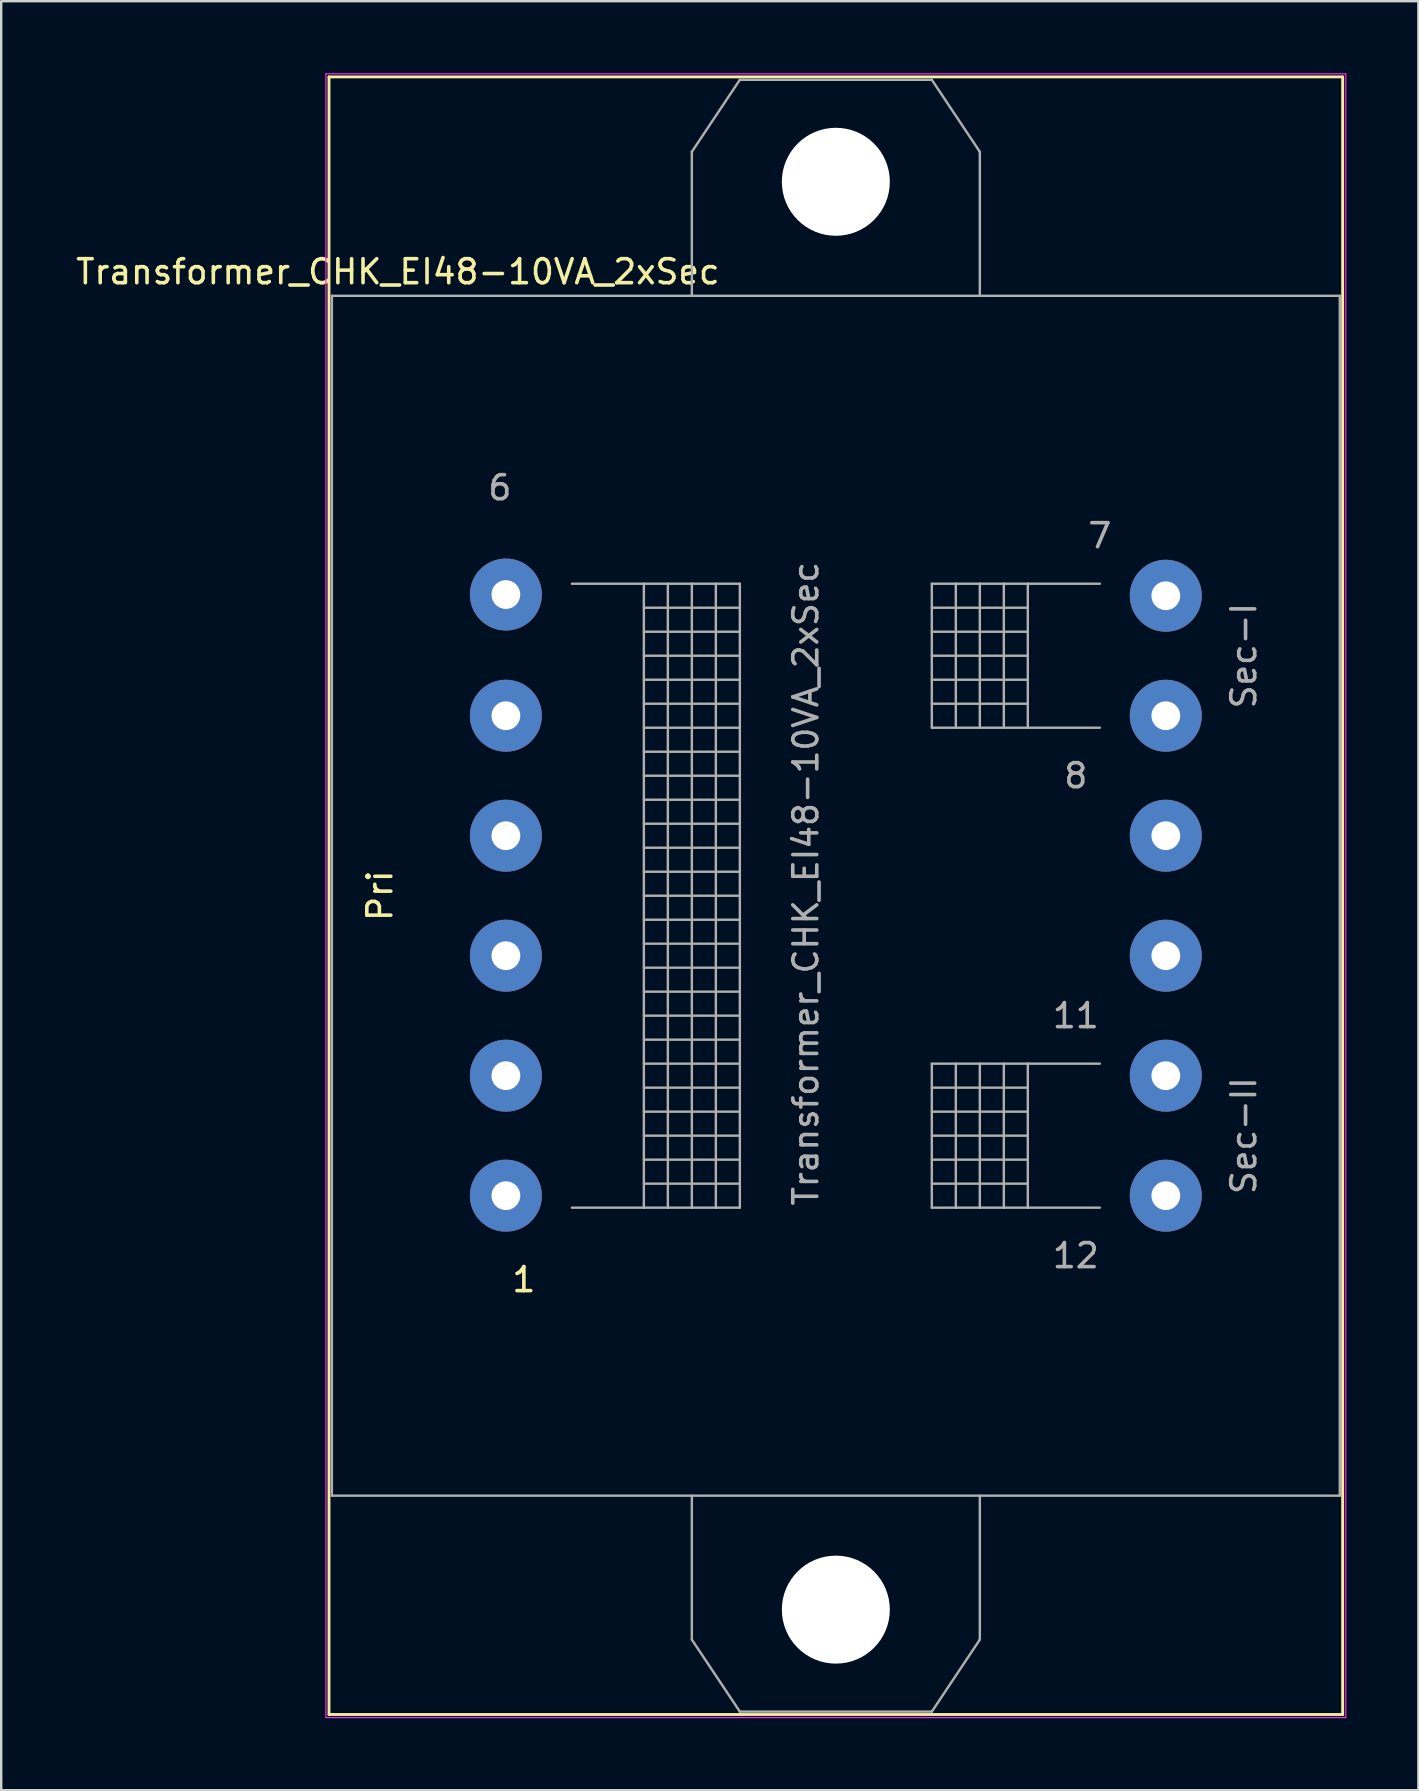
<source format=kicad_pcb>
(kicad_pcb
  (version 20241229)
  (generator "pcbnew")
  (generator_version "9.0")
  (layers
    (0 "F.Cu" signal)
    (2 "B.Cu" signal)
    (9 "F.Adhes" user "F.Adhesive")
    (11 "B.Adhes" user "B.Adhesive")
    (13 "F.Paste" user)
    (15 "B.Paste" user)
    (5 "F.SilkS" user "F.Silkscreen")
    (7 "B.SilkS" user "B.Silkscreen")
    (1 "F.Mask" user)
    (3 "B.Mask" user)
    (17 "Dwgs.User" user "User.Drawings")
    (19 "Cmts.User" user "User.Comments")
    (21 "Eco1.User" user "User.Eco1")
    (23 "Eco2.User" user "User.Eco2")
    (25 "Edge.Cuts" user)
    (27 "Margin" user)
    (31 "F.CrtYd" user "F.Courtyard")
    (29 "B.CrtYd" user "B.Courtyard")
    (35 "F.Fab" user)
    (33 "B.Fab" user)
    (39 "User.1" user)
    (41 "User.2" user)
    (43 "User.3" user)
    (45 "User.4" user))
  (footprint "Transformer_CHK_EI48-10VA_2xSec"
    (layer "F.Cu")
    (at 18.03 46.775)
    (property "Reference" "Transformer_CHK_EI48-10VA_2xSec" (at -4.5 -38.5 0) (layer "F.SilkS") (effects (font (size 1 1) (thickness 0.15))))
    (attr through_hole)
    (fp_line (start -7.37 -46.62) (end -7.37 21.62) (stroke (width 0.12) (type solid)) (layer "F.SilkS"))
    (fp_line (start -7.37 -46.62) (end 34.87 -46.62) (stroke (width 0.12) (type solid)) (layer "F.SilkS"))
    (fp_line (start 34.87 21.62) (end -7.37 21.62) (stroke (width 0.12) (type solid)) (layer "F.SilkS"))
    (fp_line (start 34.87 21.62) (end 34.87 -46.62) (stroke (width 0.12) (type solid)) (layer "F.SilkS"))
    (fp_line (start -7.5 -46.75) (end -7.5 21.75) (stroke (width 0.05) (type solid)) (layer "F.CrtYd"))
    (fp_line (start -7.5 -46.75) (end 35 -46.75) (stroke (width 0.05) (type solid)) (layer "F.CrtYd"))
    (fp_line (start 35 21.75) (end -7.5 21.75) (stroke (width 0.05) (type solid)) (layer "F.CrtYd"))
    (fp_line (start 35 21.75) (end 35 -46.75) (stroke (width 0.05) (type solid)) (layer "F.CrtYd"))
    (fp_line (start -7.25 -37.5) (end -7.25 12.5) (stroke (width 0.1) (type solid)) (layer "F.Fab"))
    (fp_line (start -7.25 12.5) (end 34.75 12.5) (stroke (width 0.1) (type solid)) (layer "F.Fab"))
    (fp_line (start 2.75 -25.5) (end 5.75 -25.5) (stroke (width 0.1) (type solid)) (layer "F.Fab"))
    (fp_line (start 5.75 -25.5) (end 5.75 0.5) (stroke (width 0.1) (type solid)) (layer "F.Fab"))
    (fp_line (start 5.75 -25.5) (end 6.75 -25.5) (stroke (width 0.1) (type solid)) (layer "F.Fab"))
    (fp_line (start 5.75 -24.5) (end 9.75 -24.5) (stroke (width 0.1) (type solid)) (layer "F.Fab"))
    (fp_line (start 5.75 -23.5) (end 9.75 -23.5) (stroke (width 0.1) (type solid)) (layer "F.Fab"))
    (fp_line (start 5.75 -22.5) (end 9.75 -22.5) (stroke (width 0.1) (type solid)) (layer "F.Fab"))
    (fp_line (start 5.75 -21.5) (end 9.75 -21.5) (stroke (width 0.1) (type solid)) (layer "F.Fab"))
    (fp_line (start 5.75 -20.5) (end 9.75 -20.5) (stroke (width 0.1) (type solid)) (layer "F.Fab"))
    (fp_line (start 5.75 -19.5) (end 9.75 -19.5) (stroke (width 0.1) (type solid)) (layer "F.Fab"))
    (fp_line (start 5.75 -18.5) (end 9.75 -18.5) (stroke (width 0.1) (type solid)) (layer "F.Fab"))
    (fp_line (start 5.75 -17.5) (end 9.75 -17.5) (stroke (width 0.1) (type solid)) (layer "F.Fab"))
    (fp_line (start 5.75 -16.5) (end 9.75 -16.5) (stroke (width 0.1) (type solid)) (layer "F.Fab"))
    (fp_line (start 5.75 -15.5) (end 9.75 -15.5) (stroke (width 0.1) (type solid)) (layer "F.Fab"))
    (fp_line (start 5.75 -14.5) (end 9.75 -14.5) (stroke (width 0.1) (type solid)) (layer "F.Fab"))
    (fp_line (start 5.75 -13.5) (end 9.75 -13.5) (stroke (width 0.1) (type solid)) (layer "F.Fab"))
    (fp_line (start 5.75 -12.5) (end 9.75 -12.5) (stroke (width 0.1) (type solid)) (layer "F.Fab"))
    (fp_line (start 5.75 -11.5) (end 9.75 -11.5) (stroke (width 0.1) (type solid)) (layer "F.Fab"))
    (fp_line (start 5.75 -10.5) (end 9.75 -10.5) (stroke (width 0.1) (type solid)) (layer "F.Fab"))
    (fp_line (start 5.75 -9.5) (end 9.75 -9.5) (stroke (width 0.1) (type solid)) (layer "F.Fab"))
    (fp_line (start 5.75 -8.5) (end 9.75 -8.5) (stroke (width 0.1) (type solid)) (layer "F.Fab"))
    (fp_line (start 5.75 -7.5) (end 9.75 -7.5) (stroke (width 0.1) (type solid)) (layer "F.Fab"))
    (fp_line (start 5.75 -6.5) (end 9.75 -6.5) (stroke (width 0.1) (type solid)) (layer "F.Fab"))
    (fp_line (start 5.75 -5.5) (end 9.75 -5.5) (stroke (width 0.1) (type solid)) (layer "F.Fab"))
    (fp_line (start 5.75 -4.5) (end 9.75 -4.5) (stroke (width 0.1) (type solid)) (layer "F.Fab"))
    (fp_line (start 5.75 -3.5) (end 9.75 -3.5) (stroke (width 0.1) (type solid)) (layer "F.Fab"))
    (fp_line (start 5.75 -2.5) (end 9.75 -2.5) (stroke (width 0.1) (type solid)) (layer "F.Fab"))
    (fp_line (start 5.75 -0.5) (end 9.75 -0.5) (stroke (width 0.1) (type solid)) (layer "F.Fab"))
    (fp_line (start 5.75 0.5) (end 2.75 0.5) (stroke (width 0.1) (type solid)) (layer "F.Fab"))
    (fp_line (start 6.75 -25.5) (end 6.75 0.5) (stroke (width 0.1) (type solid)) (layer "F.Fab"))
    (fp_line (start 6.75 -25.5) (end 7.75 -25.5) (stroke (width 0.1) (type solid)) (layer "F.Fab"))
    (fp_line (start 6.75 -1.5) (end 5.75 -1.5) (stroke (width 0.1) (type solid)) (layer "F.Fab"))
    (fp_line (start 6.75 -1.5) (end 9.75 -1.5) (stroke (width 0.1) (type solid)) (layer "F.Fab"))
    (fp_line (start 6.75 0.5) (end 5.75 0.5) (stroke (width 0.1) (type solid)) (layer "F.Fab"))
    (fp_line (start 7.75 -43.5) (end 7.75 -37.5) (stroke (width 0.1) (type solid)) (layer "F.Fab"))
    (fp_line (start 7.75 -25.5) (end 7.75 0.5) (stroke (width 0.1) (type solid)) (layer "F.Fab"))
    (fp_line (start 7.75 -25.5) (end 8.75 -25.5) (stroke (width 0.1) (type solid)) (layer "F.Fab"))
    (fp_line (start 7.75 0.5) (end 6.75 0.5) (stroke (width 0.1) (type solid)) (layer "F.Fab"))
    (fp_line (start 7.75 18.5) (end 7.75 12.5) (stroke (width 0.1) (type solid)) (layer "F.Fab"))
    (fp_line (start 8.75 -25.5) (end 8.75 0.5) (stroke (width 0.1) (type solid)) (layer "F.Fab"))
    (fp_line (start 8.75 -25.5) (end 9.75 -25.5) (stroke (width 0.1) (type solid)) (layer "F.Fab"))
    (fp_line (start 8.75 0.5) (end 7.75 0.5) (stroke (width 0.1) (type solid)) (layer "F.Fab"))
    (fp_line (start 9.75 -46.5) (end 7.75 -43.5) (stroke (width 0.1) (type solid)) (layer "F.Fab"))
    (fp_line (start 9.75 -25.5) (end 9.75 0.5) (stroke (width 0.1) (type solid)) (layer "F.Fab"))
    (fp_line (start 9.75 0.5) (end 8.75 0.5) (stroke (width 0.1) (type solid)) (layer "F.Fab"))
    (fp_line (start 9.75 21.5) (end 7.75 18.5) (stroke (width 0.1) (type solid)) (layer "F.Fab"))
    (fp_line (start 17.75 -46.5) (end 9.75 -46.5) (stroke (width 0.1) (type solid)) (layer "F.Fab"))
    (fp_line (start 17.75 -25.5) (end 17.75 -19.5) (stroke (width 0.1) (type solid)) (layer "F.Fab"))
    (fp_line (start 17.75 -24.5) (end 21.75 -24.5) (stroke (width 0.1) (type solid)) (layer "F.Fab"))
    (fp_line (start 17.75 -23.5) (end 21.75 -23.5) (stroke (width 0.1) (type solid)) (layer "F.Fab"))
    (fp_line (start 17.75 -22.5) (end 21.75 -22.5) (stroke (width 0.1) (type solid)) (layer "F.Fab"))
    (fp_line (start 17.75 -21.5) (end 21.75 -21.5) (stroke (width 0.1) (type solid)) (layer "F.Fab"))
    (fp_line (start 17.75 -20.5) (end 21.75 -20.5) (stroke (width 0.1) (type solid)) (layer "F.Fab"))
    (fp_line (start 17.75 -19.5) (end 18.75 -19.5) (stroke (width 0.1) (type solid)) (layer "F.Fab"))
    (fp_line (start 17.75 -5.5) (end 17.75 0.5) (stroke (width 0.1) (type solid)) (layer "F.Fab"))
    (fp_line (start 17.75 -4.5) (end 21.75 -4.5) (stroke (width 0.1) (type solid)) (layer "F.Fab"))
    (fp_line (start 17.75 -3.5) (end 21.75 -3.5) (stroke (width 0.1) (type solid)) (layer "F.Fab"))
    (fp_line (start 17.75 -2.5) (end 21.75 -2.5) (stroke (width 0.1) (type solid)) (layer "F.Fab"))
    (fp_line (start 17.75 -1.5) (end 21.75 -1.5) (stroke (width 0.1) (type solid)) (layer "F.Fab"))
    (fp_line (start 17.75 -0.5) (end 21.75 -0.5) (stroke (width 0.1) (type solid)) (layer "F.Fab"))
    (fp_line (start 17.75 0.5) (end 18.75 0.5) (stroke (width 0.1) (type solid)) (layer "F.Fab"))
    (fp_line (start 17.75 21.5) (end 9.75 21.5) (stroke (width 0.1) (type solid)) (layer "F.Fab"))
    (fp_line (start 18.75 -25.5) (end 17.75 -25.5) (stroke (width 0.1) (type solid)) (layer "F.Fab"))
    (fp_line (start 18.75 -25.5) (end 18.75 -19.5) (stroke (width 0.1) (type solid)) (layer "F.Fab"))
    (fp_line (start 18.75 -19.5) (end 19.75 -19.5) (stroke (width 0.1) (type solid)) (layer "F.Fab"))
    (fp_line (start 18.75 -5.5) (end 17.75 -5.5) (stroke (width 0.1) (type solid)) (layer "F.Fab"))
    (fp_line (start 18.75 -5.5) (end 18.75 0.5) (stroke (width 0.1) (type solid)) (layer "F.Fab"))
    (fp_line (start 18.75 0.5) (end 19.75 0.5) (stroke (width 0.1) (type solid)) (layer "F.Fab"))
    (fp_line (start 19.75 -43.5) (end 17.75 -46.5) (stroke (width 0.1) (type solid)) (layer "F.Fab"))
    (fp_line (start 19.75 -37.5) (end 19.75 -43.5) (stroke (width 0.1) (type solid)) (layer "F.Fab"))
    (fp_line (start 19.75 -25.5) (end 18.75 -25.5) (stroke (width 0.1) (type solid)) (layer "F.Fab"))
    (fp_line (start 19.75 -25.5) (end 19.75 -19.5) (stroke (width 0.1) (type solid)) (layer "F.Fab"))
    (fp_line (start 19.75 -19.5) (end 20.75 -19.5) (stroke (width 0.1) (type solid)) (layer "F.Fab"))
    (fp_line (start 19.75 -5.5) (end 18.75 -5.5) (stroke (width 0.1) (type solid)) (layer "F.Fab"))
    (fp_line (start 19.75 -5.5) (end 19.75 0.5) (stroke (width 0.1) (type solid)) (layer "F.Fab"))
    (fp_line (start 19.75 0.5) (end 20.75 0.5) (stroke (width 0.1) (type solid)) (layer "F.Fab"))
    (fp_line (start 19.75 12.5) (end 19.75 18.5) (stroke (width 0.1) (type solid)) (layer "F.Fab"))
    (fp_line (start 19.75 18.5) (end 17.75 21.5) (stroke (width 0.1) (type solid)) (layer "F.Fab"))
    (fp_line (start 20.75 -25.5) (end 19.75 -25.5) (stroke (width 0.1) (type solid)) (layer "F.Fab"))
    (fp_line (start 20.75 -25.5) (end 20.75 -19.5) (stroke (width 0.1) (type solid)) (layer "F.Fab"))
    (fp_line (start 20.75 -19.5) (end 21.75 -19.5) (stroke (width 0.1) (type solid)) (layer "F.Fab"))
    (fp_line (start 20.75 -5.5) (end 19.75 -5.5) (stroke (width 0.1) (type solid)) (layer "F.Fab"))
    (fp_line (start 20.75 -5.5) (end 20.75 0.5) (stroke (width 0.1) (type solid)) (layer "F.Fab"))
    (fp_line (start 20.75 0.5) (end 21.75 0.5) (stroke (width 0.1) (type solid)) (layer "F.Fab"))
    (fp_line (start 21.75 -25.5) (end 20.75 -25.5) (stroke (width 0.1) (type solid)) (layer "F.Fab"))
    (fp_line (start 21.75 -25.5) (end 21.75 -19.5) (stroke (width 0.1) (type solid)) (layer "F.Fab"))
    (fp_line (start 21.75 -19.5) (end 24.75 -19.5) (stroke (width 0.1) (type solid)) (layer "F.Fab"))
    (fp_line (start 21.75 -5.5) (end 20.75 -5.5) (stroke (width 0.1) (type solid)) (layer "F.Fab"))
    (fp_line (start 21.75 -5.5) (end 21.75 0.5) (stroke (width 0.1) (type solid)) (layer "F.Fab"))
    (fp_line (start 21.75 0.5) (end 24.75 0.5) (stroke (width 0.1) (type solid)) (layer "F.Fab"))
    (fp_line (start 24.75 -25.5) (end 21.75 -25.5) (stroke (width 0.1) (type solid)) (layer "F.Fab"))
    (fp_line (start 24.75 -5.5) (end 21.75 -5.5) (stroke (width 0.1) (type solid)) (layer "F.Fab"))
    (fp_line (start 34.75 -37.5) (end -7.25 -37.5) (stroke (width 0.1) (type solid)) (layer "F.Fab"))
    (fp_line (start 34.75 12.5) (end 34.75 -37.5) (stroke (width 0.1) (type solid)) (layer "F.Fab"))
    (fp_text user "Pri" (at -5.25 -12.5 90) (layer "F.SilkS") (effects (font (size 1 1) (thickness 0.15))))
    (fp_text user "1" (at 0.75 3.5 0) (layer "F.SilkS") (effects (font (size 1 1) (thickness 0.15))))
    (fp_text user "12" (at 23.75 2.5 0) (layer "F.Fab") (effects (font (size 1 1) (thickness 0.15))))
    (fp_text user "11" (at 23.75 -7.5 0) (layer "F.Fab") (effects (font (size 1 1) (thickness 0.15))))
    (fp_text user "Sec-II" (at 30.75 -2.5 90) (layer "F.Fab") (effects (font (size 1 1) (thickness 0.15))))
    (fp_text user "8" (at 23.75 -17.5 0) (layer "F.Fab") (effects (font (size 1 1) (thickness 0.15))))
    (fp_text user "6" (at -0.25 -29.5 0) (layer "F.Fab") (effects (font (size 1 1) (thickness 0.15))))
    (fp_text user "7" (at 24.75 -27.5 0) (layer "F.Fab") (effects (font (size 1 1) (thickness 0.15))))
    (fp_text user "${REFERENCE}" (at 12.5 -13 90) (layer "F.Fab") (effects (font (size 1 1) (thickness 0.15))))
    (fp_text user "Sec-I" (at 30.75 -22.5 90) (layer "F.Fab") (effects (font (size 1 1) (thickness 0.15))))
    (pad "" np_thru_hole circle (at 13.75 -42.25) (size 4.5 4.5) (drill 4.5) (layers "*.Cu" "*.Mask"))
    (pad "" np_thru_hole circle (at 13.75 17.25) (size 4.5 4.5) (drill 4.5) (layers "*.Cu" "*.Mask"))
    (pad "1" thru_hole circle (at 0 0) (size 3 3) (drill 1.2) (layers "*.Cu" "*.Mask"))
    (pad "2" thru_hole circle (at 0 -5) (size 3 3) (drill 1.2) (layers "*.Cu" "*.Mask"))
    (pad "3" thru_hole circle (at 0 -10) (size 3 3) (drill 1.2) (layers "*.Cu" "*.Mask"))
    (pad "4" thru_hole circle (at 0 -15) (size 3 3) (drill 1.2) (layers "*.Cu" "*.Mask"))
    (pad "5" thru_hole circle (at 0 -20) (size 3 3) (drill 1.2) (layers "*.Cu" "*.Mask"))
    (pad "6" thru_hole circle (at 0 -25.05) (size 3 3) (drill 1.2) (layers "*.Cu" "*.Mask"))
    (pad "7" thru_hole circle (at 27.5 -25) (size 3 3) (drill 1.2) (layers "*.Cu" "*.Mask"))
    (pad "8" thru_hole circle (at 27.5 -20) (size 3 3) (drill 1.2) (layers "*.Cu" "*.Mask"))
    (pad "9" thru_hole circle (at 27.5 -15) (size 3 3) (drill 1.2) (layers "*.Cu" "*.Mask"))
    (pad "10" thru_hole circle (at 27.5 -10) (size 3 3) (drill 1.2) (layers "*.Cu" "*.Mask"))
    (pad "11" thru_hole circle (at 27.5 -5) (size 3 3) (drill 1.2) (layers "*.Cu" "*.Mask"))
    (pad "12" thru_hole circle (at 27.5 0) (size 3 3) (drill 1.2) (layers "*.Cu" "*.Mask")))
  (gr_rect
    (start -3 -3)
    (end 56.055 71.55)
    (stroke (width 0.1) (type default))
    (fill no)
    (layer "Edge.Cuts")))
</source>
